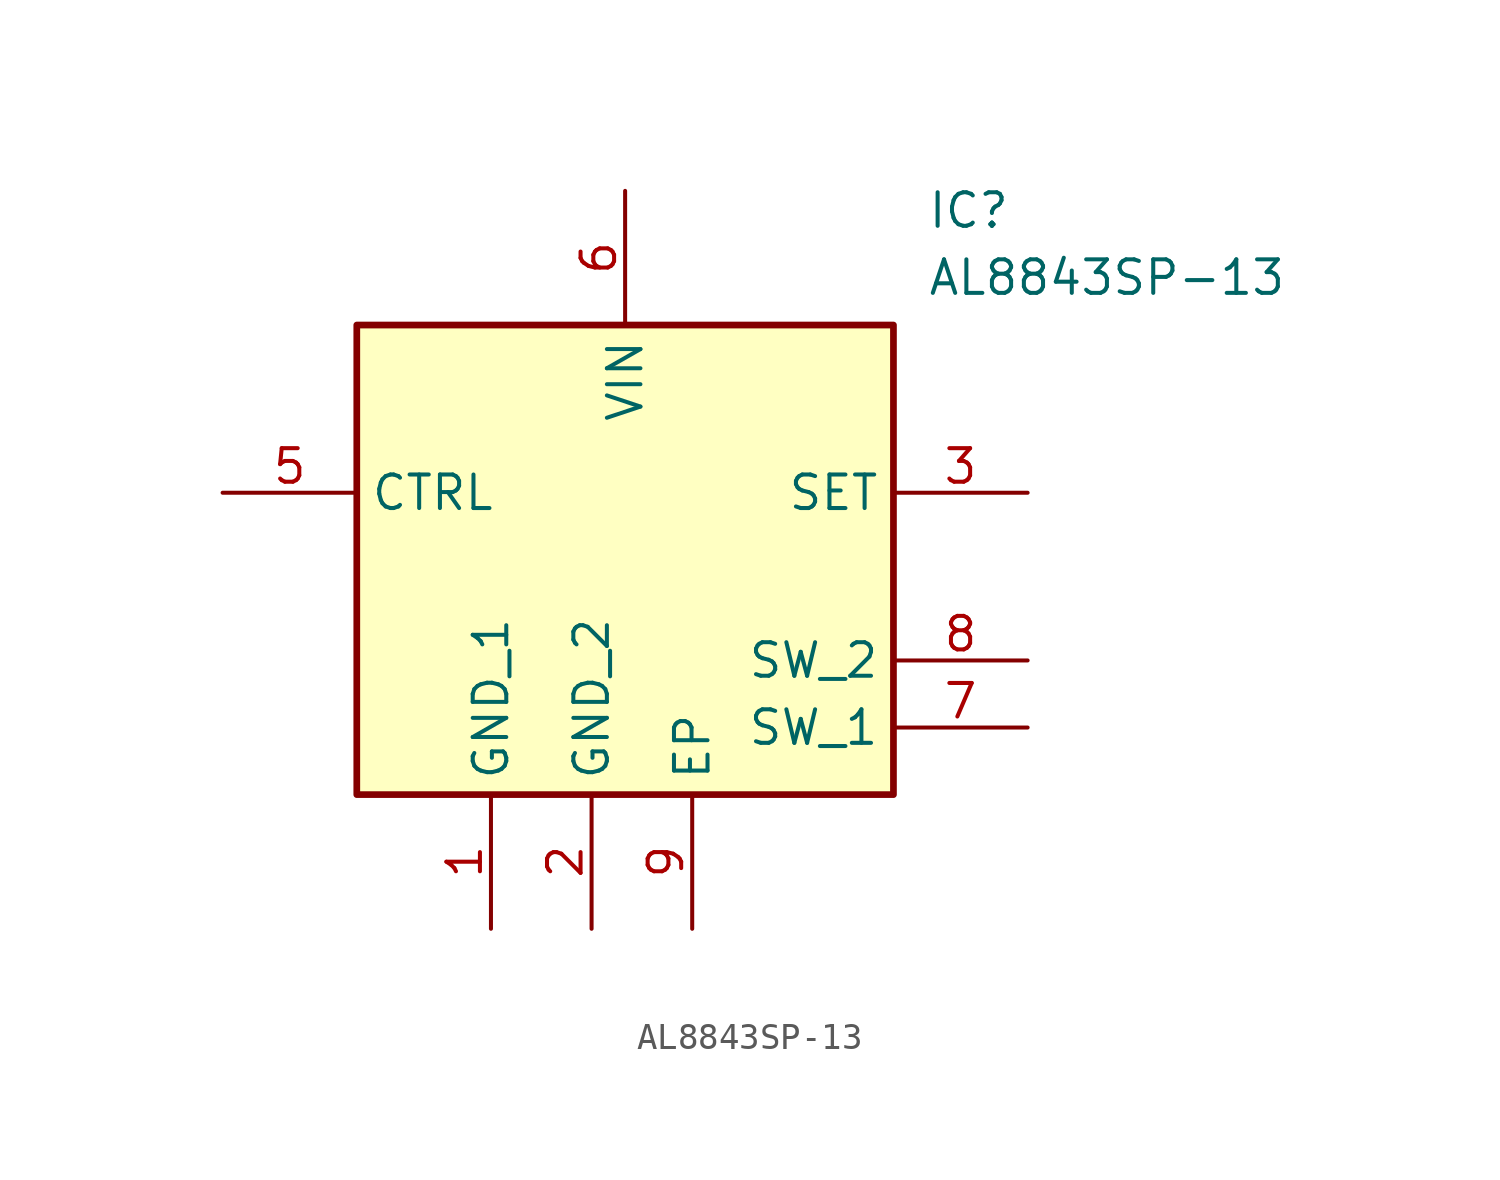
<source format=kicad_sym>
(kicad_symbol_lib
  (version 20241209)
  (generator "kicad_symbol_editor")
  (generator_version "9.0")
  (symbol "AL8843SP-13"
    (property "Reference" "IC"
      (at 26.67 7.62 0)
      (effects (font (size 1.27 1.27)) (justify left top)))
    (property "Value" "AL8843SP-13"
      (at 26.67 5.08 0)
      (effects (font (size 1.27 1.27)) (justify left top)))
    (symbol "AL8843SP-13_1_1"
      (rectangle (start 5.08 2.54) (end 25.4 -15.24) (stroke (width 0.254) (type default)) (fill (type background)))
      (pin passive line (at 0 -3.81 0) (length 5.08) (name "CTRL" (effects (font (size 1.27 1.27)))) (number "5" (effects (font (size 1.27 1.27)))))
      (pin no_connect line (at 0 -12.7 0) (length 5.08) (hide yes) (name "NC" (effects (font (size 1.27 1.27)))) (number "4" (effects (font (size 1.27 1.27)))))
      (pin passive line (at 10.16 -20.32 90) (length 5.08) (name "GND_1" (effects (font (size 1.27 1.27)))) (number "1" (effects (font (size 1.27 1.27)))))
      (pin passive line (at 13.97 -20.32 90) (length 5.08) (name "GND_2" (effects (font (size 1.27 1.27)))) (number "2" (effects (font (size 1.27 1.27)))))
      (pin passive line (at 15.24 7.62 270) (length 5.08) (name "VIN" (effects (font (size 1.27 1.27)))) (number "6" (effects (font (size 1.27 1.27)))))
      (pin passive line (at 17.78 -20.32 90) (length 5.08) (name "EP" (effects (font (size 1.27 1.27)))) (number "9" (effects (font (size 1.27 1.27)))))
      (pin passive line (at 30.48 -3.81 180) (length 5.08) (name "SET" (effects (font (size 1.27 1.27)))) (number "3" (effects (font (size 1.27 1.27)))))
      (pin passive line (at 30.48 -10.16 180) (length 5.08) (name "SW_2" (effects (font (size 1.27 1.27)))) (number "8" (effects (font (size 1.27 1.27)))))
      (pin passive line (at 30.48 -12.7 180) (length 5.08) (name "SW_1" (effects (font (size 1.27 1.27)))) (number "7" (effects (font (size 1.27 1.27))))))))
</source>
